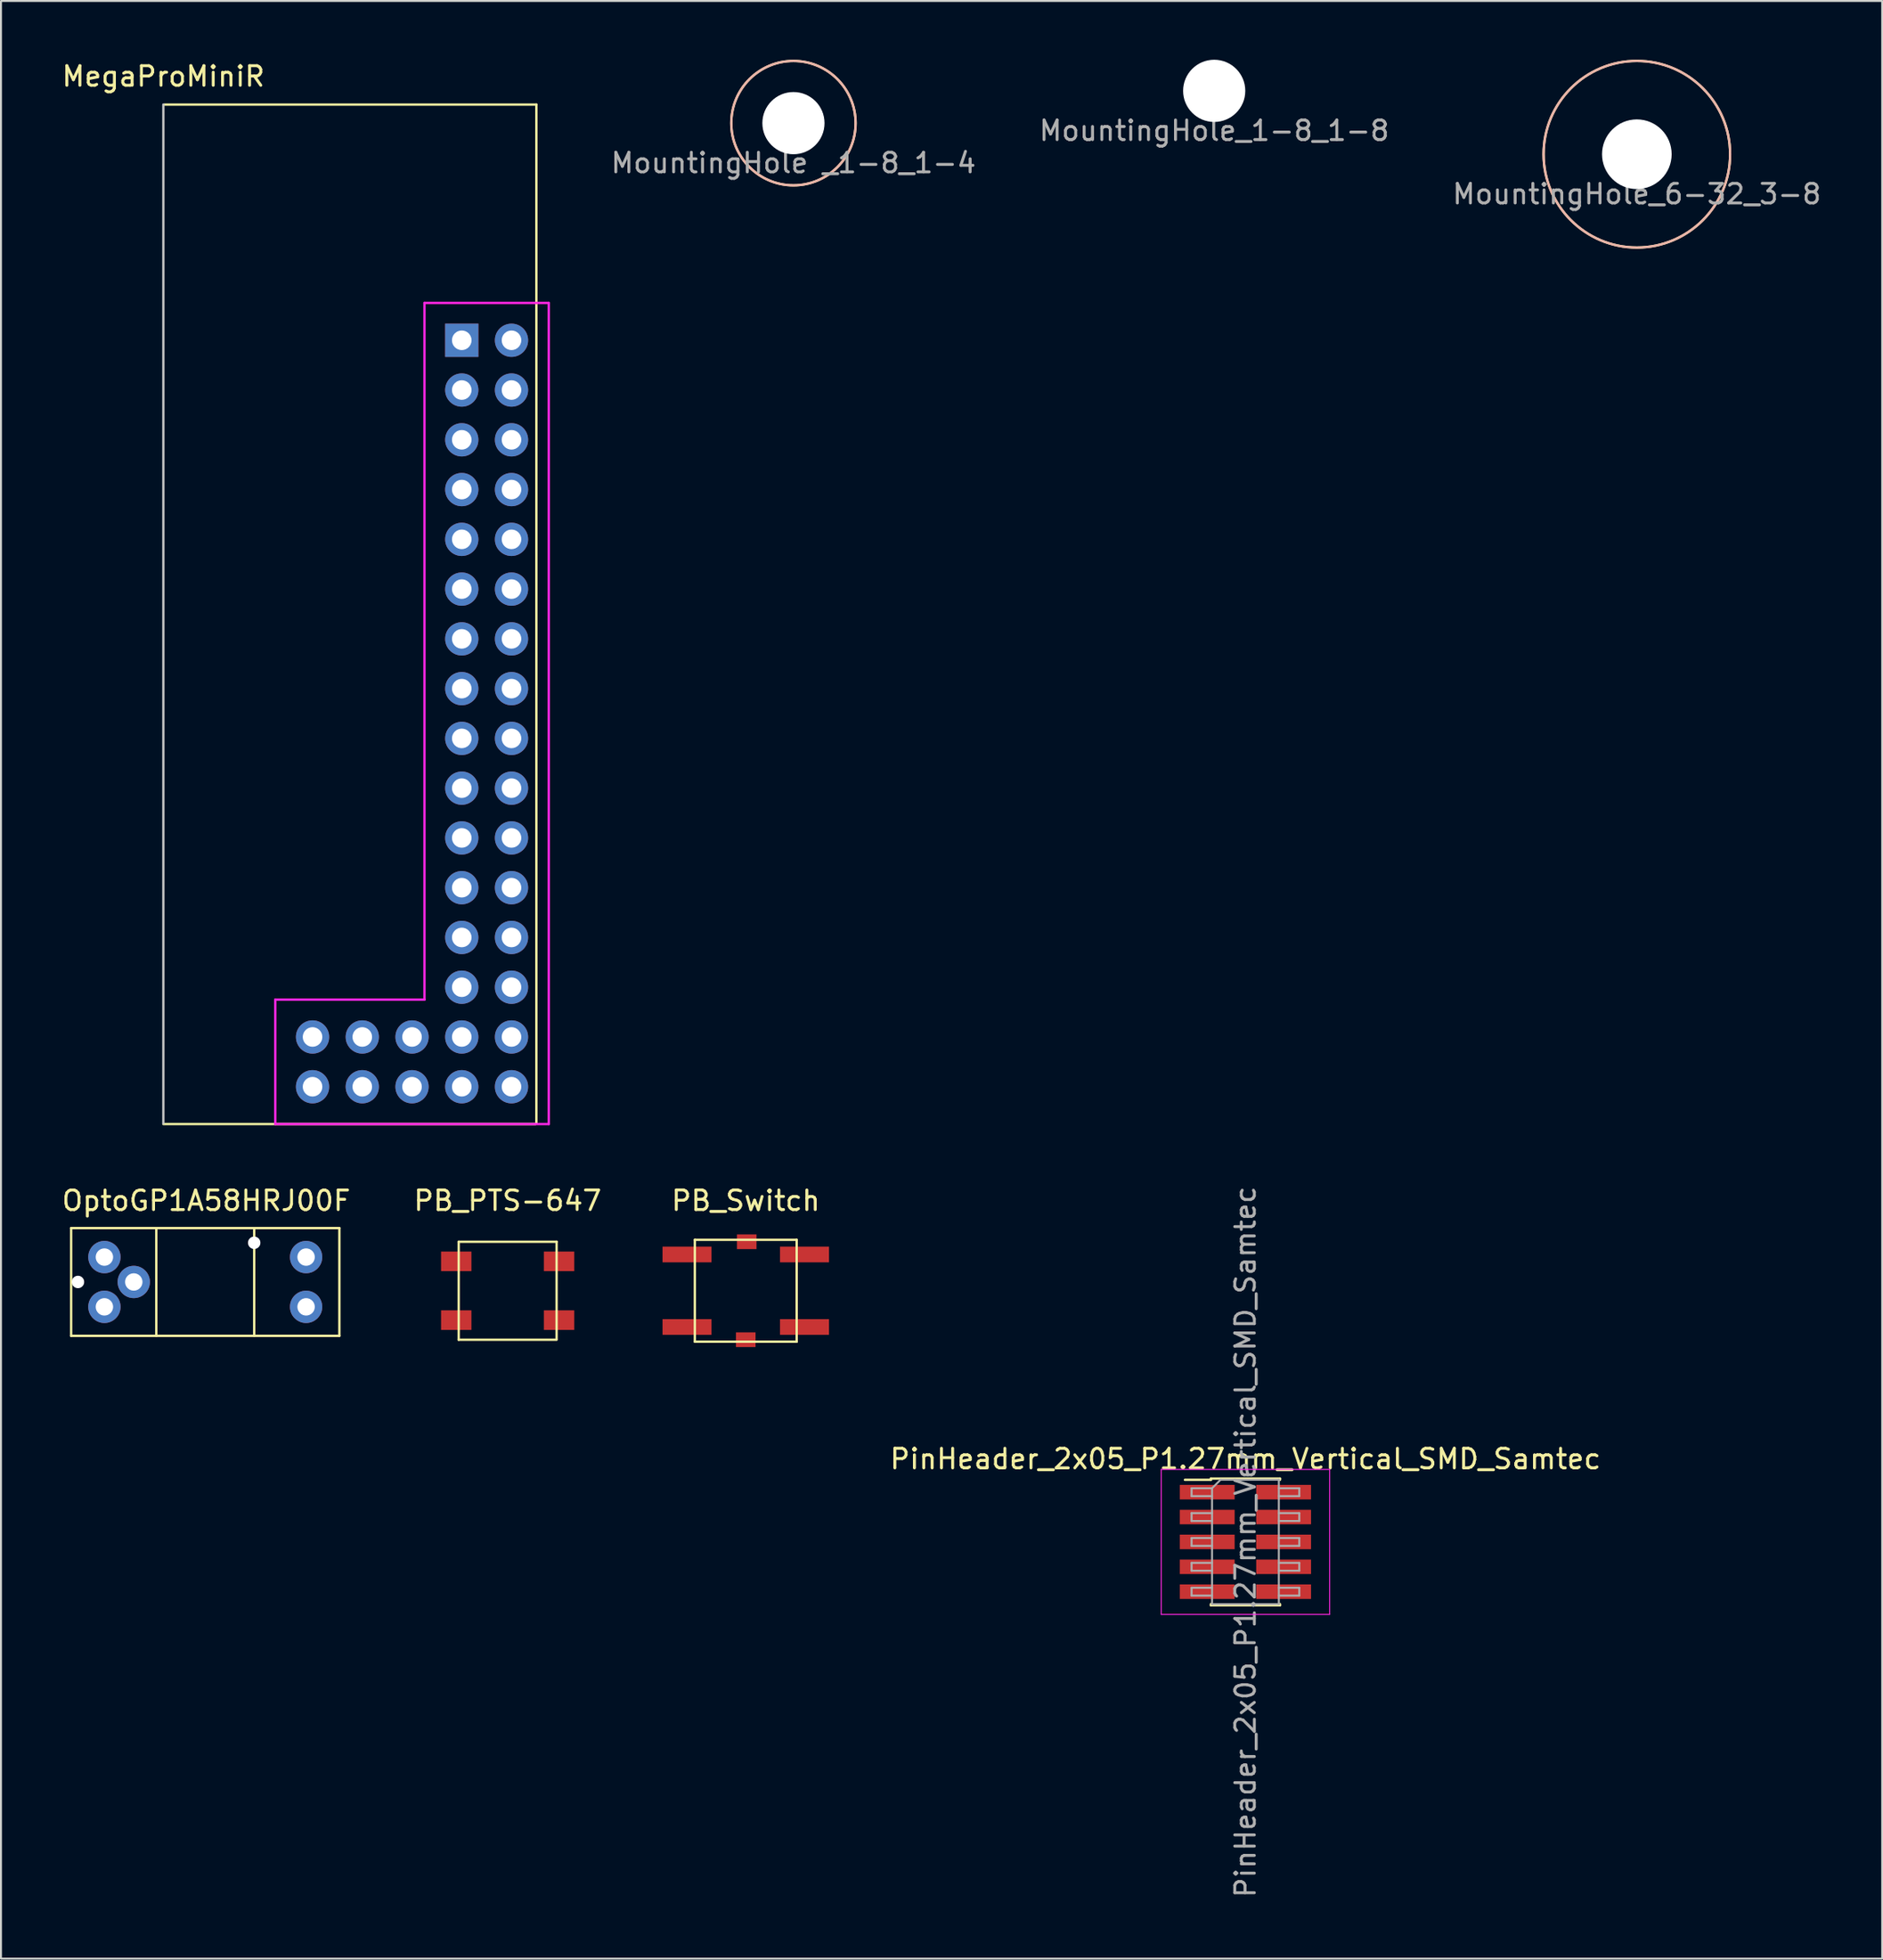
<source format=kicad_pcb>
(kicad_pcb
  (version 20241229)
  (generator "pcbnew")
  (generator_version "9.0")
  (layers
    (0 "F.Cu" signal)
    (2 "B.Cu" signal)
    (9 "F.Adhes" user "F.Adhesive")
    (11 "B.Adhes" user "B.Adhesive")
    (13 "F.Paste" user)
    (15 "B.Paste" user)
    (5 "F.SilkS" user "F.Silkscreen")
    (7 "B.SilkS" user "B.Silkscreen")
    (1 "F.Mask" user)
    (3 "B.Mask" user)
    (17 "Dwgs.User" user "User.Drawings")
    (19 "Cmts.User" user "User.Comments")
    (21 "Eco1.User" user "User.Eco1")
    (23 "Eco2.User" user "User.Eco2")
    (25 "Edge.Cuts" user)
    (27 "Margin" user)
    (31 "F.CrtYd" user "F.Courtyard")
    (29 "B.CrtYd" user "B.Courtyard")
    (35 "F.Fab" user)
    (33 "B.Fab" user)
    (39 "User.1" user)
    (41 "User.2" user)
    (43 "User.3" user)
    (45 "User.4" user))
  (footprint "MegaProMiniR"
    (layer "F.Cu")
    (at 5.292 28.288)
    (property "Reference" "MegaProMiniR" (at 0 -27.44 0) (layer "F.SilkS") (effects (font (size 1 1) (thickness 0.15))))
    (attr through_hole)
    (fp_line (start 0.05 -26) (end 19.05 -26) (stroke (width 0.12) (type solid)) (layer "F.SilkS"))
    (fp_line (start 19 26.035) (end 0 26.035) (stroke (width 0.12) (type solid)) (layer "F.SilkS"))
    (fp_line (start 19.05 26) (end 19.05 -26) (stroke (width 0.12) (type solid)) (layer "F.SilkS"))
    (fp_line (start 0 -26) (end 0 26) (stroke (width 0.12) (type solid)) (layer "Dwgs.User"))
    (fp_line (start 5.715 19.685) (end 13.335 19.685) (stroke (width 0.12) (type solid)) (layer "F.CrtYd"))
    (fp_line (start 5.715 26.035) (end 5.715 19.685) (stroke (width 0.12) (type solid)) (layer "F.CrtYd"))
    (fp_line (start 13.335 -15.875) (end 19.685 -15.875) (stroke (width 0.12) (type solid)) (layer "F.CrtYd"))
    (fp_line (start 13.335 19.685) (end 13.335 -15.875) (stroke (width 0.12) (type solid)) (layer "F.CrtYd"))
    (fp_line (start 19.685 -15.875) (end 19.685 26.035) (stroke (width 0.12) (type solid)) (layer "F.CrtYd"))
    (fp_line (start 19.685 26.035) (end 5.715 26.035) (stroke (width 0.12) (type solid)) (layer "F.CrtYd"))
    (pad "41" thru_hole rect (at 15.24 -13.97) (size 1.7 1.7) (drill 1) (layers "*.Cu" "*.Mask"))
    (pad "42" thru_hole oval (at 17.78 -13.97) (size 1.7 1.7) (drill 1) (layers "*.Cu" "*.Mask"))
    (pad "43" thru_hole oval (at 15.24 -11.43) (size 1.7 1.7) (drill 1) (layers "*.Cu" "*.Mask"))
    (pad "44" thru_hole oval (at 17.78 -11.43) (size 1.7 1.7) (drill 1) (layers "*.Cu" "*.Mask"))
    (pad "45" thru_hole oval (at 15.24 -8.89) (size 1.7 1.7) (drill 1) (layers "*.Cu" "*.Mask"))
    (pad "46" thru_hole oval (at 17.78 -8.89) (size 1.7 1.7) (drill 1) (layers "*.Cu" "*.Mask"))
    (pad "47" thru_hole oval (at 15.24 -6.35) (size 1.7 1.7) (drill 1) (layers "*.Cu" "*.Mask"))
    (pad "48" thru_hole oval (at 17.78 -6.35) (size 1.7 1.7) (drill 1) (layers "*.Cu" "*.Mask"))
    (pad "49" thru_hole oval (at 15.24 -3.81) (size 1.7 1.7) (drill 1) (layers "*.Cu" "*.Mask"))
    (pad "50" thru_hole oval (at 17.78 -3.81) (size 1.7 1.7) (drill 1) (layers "*.Cu" "*.Mask"))
    (pad "51" thru_hole oval (at 15.24 -1.27) (size 1.7 1.7) (drill 1) (layers "*.Cu" "*.Mask"))
    (pad "52" thru_hole oval (at 17.78 -1.27) (size 1.7 1.7) (drill 1) (layers "*.Cu" "*.Mask"))
    (pad "53" thru_hole oval (at 15.24 1.27) (size 1.7 1.7) (drill 1) (layers "*.Cu" "*.Mask"))
    (pad "54" thru_hole oval (at 17.78 1.27) (size 1.7 1.7) (drill 1) (layers "*.Cu" "*.Mask"))
    (pad "55" thru_hole oval (at 15.24 3.81) (size 1.7 1.7) (drill 1) (layers "*.Cu" "*.Mask"))
    (pad "56" thru_hole oval (at 17.78 3.81) (size 1.7 1.7) (drill 1) (layers "*.Cu" "*.Mask"))
    (pad "57" thru_hole oval (at 15.24 6.35) (size 1.7 1.7) (drill 1) (layers "*.Cu" "*.Mask"))
    (pad "58" thru_hole oval (at 17.78 6.35) (size 1.7 1.7) (drill 1) (layers "*.Cu" "*.Mask"))
    (pad "59" thru_hole oval (at 15.24 8.89) (size 1.7 1.7) (drill 1) (layers "*.Cu" "*.Mask"))
    (pad "60" thru_hole oval (at 17.78 8.89) (size 1.7 1.7) (drill 1) (layers "*.Cu" "*.Mask"))
    (pad "61" thru_hole oval (at 15.24 11.43) (size 1.7 1.7) (drill 1) (layers "*.Cu" "*.Mask"))
    (pad "62" thru_hole oval (at 17.78 11.43) (size 1.7 1.7) (drill 1) (layers "*.Cu" "*.Mask"))
    (pad "63" thru_hole oval (at 15.24 13.97) (size 1.7 1.7) (drill 1) (layers "*.Cu" "*.Mask"))
    (pad "64" thru_hole oval (at 17.78 13.97) (size 1.7 1.7) (drill 1) (layers "*.Cu" "*.Mask"))
    (pad "65" thru_hole oval (at 15.24 16.51) (size 1.7 1.7) (drill 1) (layers "*.Cu" "*.Mask"))
    (pad "66" thru_hole oval (at 17.78 16.51) (size 1.7 1.7) (drill 1) (layers "*.Cu" "*.Mask"))
    (pad "67" thru_hole oval (at 15.24 19.05) (size 1.7 1.7) (drill 1) (layers "*.Cu" "*.Mask"))
    (pad "68" thru_hole oval (at 17.78 19.05) (size 1.7 1.7) (drill 1) (layers "*.Cu" "*.Mask"))
    (pad "69" thru_hole oval (at 15.24 21.59) (size 1.7 1.7) (drill 1) (layers "*.Cu" "*.Mask"))
    (pad "70" thru_hole oval (at 17.78 21.59) (size 1.7 1.7) (drill 1) (layers "*.Cu" "*.Mask"))
    (pad "71" thru_hole oval (at 15.24 24.13) (size 1.7 1.7) (drill 1) (layers "*.Cu" "*.Mask"))
    (pad "72" thru_hole oval (at 17.78 24.13) (size 1.7 1.7) (drill 1) (layers "*.Cu" "*.Mask"))
    (pad "73" thru_hole oval (at 12.7 21.59) (size 1.7 1.7) (drill 1) (layers "*.Cu" "*.Mask"))
    (pad "74" thru_hole oval (at 12.7 24.13) (size 1.7 1.7) (drill 1) (layers "*.Cu" "*.Mask"))
    (pad "75" thru_hole oval (at 10.16 21.59) (size 1.7 1.7) (drill 1) (layers "*.Cu" "*.Mask"))
    (pad "76" thru_hole oval (at 10.16 24.13) (size 1.7 1.7) (drill 1) (layers "*.Cu" "*.Mask"))
    (pad "77" thru_hole oval (at 7.62 21.59) (size 1.7 1.7) (drill 1) (layers "*.Cu" "*.Mask"))
    (pad "78" thru_hole oval (at 7.62 24.13) (size 1.7 1.7) (drill 1) (layers "*.Cu" "*.Mask")))
  (footprint "PB_Switch"
    (layer "F.Cu")
    (at 35.036 62.831)
    (property "Reference" "PB_Switch" (at 0 -4.6 0) (layer "F.SilkS") (effects (font (size 1 1) (thickness 0.15))))
    (attr through_hole)
    (fp_line (start -2.6 -2.6) (end 2.6 -2.6) (stroke (width 0.12) (type solid)) (layer "F.SilkS"))
    (fp_line (start -2.6 2.6) (end -2.6 -2.6) (stroke (width 0.12) (type solid)) (layer "F.SilkS"))
    (fp_line (start 2.6 -2.6) (end 2.6 2.6) (stroke (width 0.12) (type solid)) (layer "F.SilkS"))
    (fp_line (start 2.6 2.6) (end -2.6 2.6) (stroke (width 0.12) (type solid)) (layer "F.SilkS"))
    (pad "1" smd rect (at -3 -1.85) (size 2.5 0.8) (layers "F.Cu" "F.Mask" "F.Paste"))
    (pad "1" smd rect (at 3 -1.85) (size 2.5 0.8) (layers "F.Cu" "F.Mask" "F.Paste"))
    (pad "2" smd rect (at -3 1.85) (size 2.5 0.8) (layers "F.Cu" "F.Mask" "F.Paste"))
    (pad "2" smd rect (at 3 1.85) (size 2.5 0.8) (layers "F.Cu" "F.Mask" "F.Paste"))
    (pad "3" smd rect (at 0 2.5) (size 1 0.75) (layers "F.Cu" "F.Mask" "F.Paste"))
    (pad "3" smd rect (at 0.05 -2.5) (size 1 0.75) (layers "F.Cu" "F.Mask" "F.Paste")))
  (footprint "MountingHole _1-8_1-4"
    (layer "F.Cu")
    (at 37.471 3.235)
    (property "Reference" "MountingHole _1-8_1-4" (at 0 2.032 0) (layer "F.Fab") (effects (font (size 1 1) (thickness 0.15))))
    (attr through_hole)
    (fp_circle (center 0 0) (end 3.175 0) (stroke (width 0.12) (type solid)) (fill no) (layer "F.SilkS"))
    (fp_circle (center 0 0) (end 3.175 0) (stroke (width 0.12) (type solid)) (fill no) (layer "B.SilkS"))
    (pad "" np_thru_hole circle (at 0 0) (size 3.175 3.175) (drill 3.175) (layers "*.Cu" "*.Mask")))
  (footprint "MountingHole_6-32_3-8"
    (layer "F.Cu")
    (at 80.543 4.822)
    (property "Reference" "MountingHole_6-32_3-8" (at 0 2.032 0) (layer "F.Fab") (effects (font (size 1 1) (thickness 0.15))))
    (attr through_hole)
    (fp_circle (center 0 0) (end 4.763 0) (stroke (width 0.12) (type solid)) (fill no) (layer "F.SilkS"))
    (fp_circle (center 0 0) (end 4.763 0) (stroke (width 0.12) (type solid)) (fill no) (layer "B.SilkS"))
    (pad "" np_thru_hole circle (at 0 0) (size 3.556 3.556) (drill 3.556) (layers "*.Cu" "*.Mask")))
  (footprint "PB_PTS-647"
    (layer "F.Cu")
    (at 22.875 62.831)
    (property "Reference" "PB_PTS-647" (at 0 -4.6 0) (layer "F.SilkS") (effects (font (size 1 1) (thickness 0.15))))
    (attr through_hole)
    (fp_line (start -2.5 -2.5) (end 2.5 -2.5) (stroke (width 0.12) (type solid)) (layer "F.SilkS"))
    (fp_line (start -2.5 2.5) (end -2.5 -2.5) (stroke (width 0.12) (type solid)) (layer "F.SilkS"))
    (fp_line (start 2.5 -2.5) (end 2.5 2.45) (stroke (width 0.12) (type solid)) (layer "F.SilkS"))
    (fp_line (start 2.5 2.5) (end -2.5 2.5) (stroke (width 0.12) (type solid)) (layer "F.SilkS"))
    (pad "1" smd rect (at -2.625 -1.5) (size 1.55 1) (layers "F.Cu" "F.Mask" "F.Paste"))
    (pad "1" smd rect (at 2.625 -1.5) (size 1.55 1) (layers "F.Cu" "F.Mask" "F.Paste"))
    (pad "2" smd rect (at -2.625 1.5) (size 1.55 1) (layers "F.Cu" "F.Mask" "F.Paste"))
    (pad "2" smd rect (at 2.625 1.5) (size 1.55 1) (layers "F.Cu" "F.Mask" "F.Paste")))
  (footprint "OptoGP1A58HRJ00F"
    (layer "F.Cu")
    (at 7.432 62.382)
    (property "Reference" "OptoGP1A58HRJ00F" (at 0.05 -4.15 0) (layer "F.SilkS") (effects (font (size 1 1) (thickness 0.15))))
    (attr through_hole)
    (fp_line (start -6.85 -2.75) (end 6.85 -2.75) (stroke (width 0.12) (type solid)) (layer "F.SilkS"))
    (fp_line (start -6.85 2.75) (end -6.85 -2.75) (stroke (width 0.12) (type solid)) (layer "F.SilkS"))
    (fp_line (start -2.5 -2.75) (end -2.5 2.75) (stroke (width 0.12) (type solid)) (layer "F.SilkS"))
    (fp_line (start 2.5 -2.75) (end 2.5 2.75) (stroke (width 0.12) (type solid)) (layer "F.SilkS"))
    (fp_line (start 6.85 -2.75) (end 6.85 2.75) (stroke (width 0.12) (type solid)) (layer "F.SilkS"))
    (fp_line (start 6.85 2.75) (end -6.85 2.75) (stroke (width 0.12) (type solid)) (layer "F.SilkS"))
    (pad "" np_thru_hole circle (at -6.5 0) (size 0.635 0.635) (drill 0.635) (layers "*.Cu" "*.Mask"))
    (pad "" np_thru_hole circle (at 2.5 -2) (size 0.635 0.635) (drill 0.635) (layers "*.Cu" "*.Mask"))
    (pad "1" thru_hole circle (at 5.15 1.27) (size 1.651 1.651) (drill 0.889) (layers "*.Cu" "*.Mask"))
    (pad "2" thru_hole circle (at 5.15 -1.27) (size 1.651 1.651) (drill 0.889) (layers "*.Cu" "*.Mask"))
    (pad "3" thru_hole circle (at -5.15 -1.27) (size 1.651 1.651) (drill 0.889) (layers "*.Cu" "*.Mask"))
    (pad "4" thru_hole circle (at -3.65 0) (size 1.651 1.651) (drill 0.889) (layers "*.Cu" "*.Mask"))
    (pad "5" thru_hole circle (at -5.15 1.27) (size 1.651 1.651) (drill 0.889) (layers "*.Cu" "*.Mask")))
  (footprint "MountingHole_1-8_1-8"
    (layer "F.Cu")
    (at 58.959 1.587)
    (property "Reference" "MountingHole_1-8_1-8" (at 0 2.032 0) (layer "F.Fab") (effects (font (size 1 1) (thickness 0.15))))
    (attr through_hole)
    (pad "" np_thru_hole circle (at 0 0) (size 3.175 3.175) (drill 3.175) (layers "*.Cu" "*.Mask")))
  (footprint "PinHeader_2x05_P1.27mm_Vertical_SMD_Samtec"
    (layer "F.Cu")
    (at 60.554 75.651)
    (property "Reference" "PinHeader_2x05_P1.27mm_Vertical_SMD_Samtec" (at 0 -4.235 0) (layer "F.SilkS") (effects (font (size 1 1) (thickness 0.15))))
    (attr smd)
    (fp_line (start -3.09 -3.17) (end -1.765 -3.17) (stroke (width 0.12) (type solid)) (layer "F.SilkS"))
    (fp_line (start -1.765 -3.235) (end -1.765 -3.17) (stroke (width 0.12) (type solid)) (layer "F.SilkS"))
    (fp_line (start -1.765 -3.235) (end 1.765 -3.235) (stroke (width 0.12) (type solid)) (layer "F.SilkS"))
    (fp_line (start -1.765 3.17) (end -1.765 3.235) (stroke (width 0.12) (type solid)) (layer "F.SilkS"))
    (fp_line (start -1.765 3.235) (end 1.765 3.235) (stroke (width 0.12) (type solid)) (layer "F.SilkS"))
    (fp_line (start 1.765 -3.235) (end 1.765 -3.17) (stroke (width 0.12) (type solid)) (layer "F.SilkS"))
    (fp_line (start 1.765 3.17) (end 1.765 3.235) (stroke (width 0.12) (type solid)) (layer "F.SilkS"))
    (fp_line (start -4.3 -3.7) (end -4.3 3.7) (stroke (width 0.05) (type solid)) (layer "F.CrtYd"))
    (fp_line (start -4.3 3.7) (end 4.3 3.7) (stroke (width 0.05) (type solid)) (layer "F.CrtYd"))
    (fp_line (start 4.3 -3.7) (end -4.3 -3.7) (stroke (width 0.05) (type solid)) (layer "F.CrtYd"))
    (fp_line (start 4.3 3.7) (end 4.3 -3.7) (stroke (width 0.05) (type solid)) (layer "F.CrtYd"))
    (fp_line (start -2.75 -2.74) (end -2.75 -2.34) (stroke (width 0.1) (type solid)) (layer "F.Fab"))
    (fp_line (start -2.75 -2.34) (end -1.705 -2.34) (stroke (width 0.1) (type solid)) (layer "F.Fab"))
    (fp_line (start -2.75 -1.47) (end -2.75 -1.07) (stroke (width 0.1) (type solid)) (layer "F.Fab"))
    (fp_line (start -2.75 -1.07) (end -1.705 -1.07) (stroke (width 0.1) (type solid)) (layer "F.Fab"))
    (fp_line (start -2.75 -0.2) (end -2.75 0.2) (stroke (width 0.1) (type solid)) (layer "F.Fab"))
    (fp_line (start -2.75 0.2) (end -1.705 0.2) (stroke (width 0.1) (type solid)) (layer "F.Fab"))
    (fp_line (start -2.75 1.07) (end -2.75 1.47) (stroke (width 0.1) (type solid)) (layer "F.Fab"))
    (fp_line (start -2.75 1.47) (end -1.705 1.47) (stroke (width 0.1) (type solid)) (layer "F.Fab"))
    (fp_line (start -2.75 2.34) (end -2.75 2.74) (stroke (width 0.1) (type solid)) (layer "F.Fab"))
    (fp_line (start -2.75 2.74) (end -1.705 2.74) (stroke (width 0.1) (type solid)) (layer "F.Fab"))
    (fp_line (start -1.705 -2.74) (end -2.75 -2.74) (stroke (width 0.1) (type solid)) (layer "F.Fab"))
    (fp_line (start -1.705 -2.74) (end -1.27 -3.175) (stroke (width 0.1) (type solid)) (layer "F.Fab"))
    (fp_line (start -1.705 -1.47) (end -2.75 -1.47) (stroke (width 0.1) (type solid)) (layer "F.Fab"))
    (fp_line (start -1.705 -0.2) (end -2.75 -0.2) (stroke (width 0.1) (type solid)) (layer "F.Fab"))
    (fp_line (start -1.705 1.07) (end -2.75 1.07) (stroke (width 0.1) (type solid)) (layer "F.Fab"))
    (fp_line (start -1.705 2.34) (end -2.75 2.34) (stroke (width 0.1) (type solid)) (layer "F.Fab"))
    (fp_line (start -1.705 3.175) (end -1.705 -2.74) (stroke (width 0.1) (type solid)) (layer "F.Fab"))
    (fp_line (start -1.27 -3.175) (end 1.705 -3.175) (stroke (width 0.1) (type solid)) (layer "F.Fab"))
    (fp_line (start 1.705 -3.175) (end 1.705 3.175) (stroke (width 0.1) (type solid)) (layer "F.Fab"))
    (fp_line (start 1.705 -2.74) (end 2.75 -2.74) (stroke (width 0.1) (type solid)) (layer "F.Fab"))
    (fp_line (start 1.705 -1.47) (end 2.75 -1.47) (stroke (width 0.1) (type solid)) (layer "F.Fab"))
    (fp_line (start 1.705 -0.2) (end 2.75 -0.2) (stroke (width 0.1) (type solid)) (layer "F.Fab"))
    (fp_line (start 1.705 1.07) (end 2.75 1.07) (stroke (width 0.1) (type solid)) (layer "F.Fab"))
    (fp_line (start 1.705 2.34) (end 2.75 2.34) (stroke (width 0.1) (type solid)) (layer "F.Fab"))
    (fp_line (start 1.705 3.175) (end -1.705 3.175) (stroke (width 0.1) (type solid)) (layer "F.Fab"))
    (fp_line (start 2.75 -2.74) (end 2.75 -2.34) (stroke (width 0.1) (type solid)) (layer "F.Fab"))
    (fp_line (start 2.75 -2.34) (end 1.705 -2.34) (stroke (width 0.1) (type solid)) (layer "F.Fab"))
    (fp_line (start 2.75 -1.47) (end 2.75 -1.07) (stroke (width 0.1) (type solid)) (layer "F.Fab"))
    (fp_line (start 2.75 -1.07) (end 1.705 -1.07) (stroke (width 0.1) (type solid)) (layer "F.Fab"))
    (fp_line (start 2.75 -0.2) (end 2.75 0.2) (stroke (width 0.1) (type solid)) (layer "F.Fab"))
    (fp_line (start 2.75 0.2) (end 1.705 0.2) (stroke (width 0.1) (type solid)) (layer "F.Fab"))
    (fp_line (start 2.75 1.07) (end 2.75 1.47) (stroke (width 0.1) (type solid)) (layer "F.Fab"))
    (fp_line (start 2.75 1.47) (end 1.705 1.47) (stroke (width 0.1) (type solid)) (layer "F.Fab"))
    (fp_line (start 2.75 2.34) (end 2.75 2.74) (stroke (width 0.1) (type solid)) (layer "F.Fab"))
    (fp_line (start 2.75 2.74) (end 1.705 2.74) (stroke (width 0.1) (type solid)) (layer "F.Fab"))
    (fp_text user "${REFERENCE}" (at 0 0 90) (layer "F.Fab") (effects (font (size 1 1) (thickness 0.15))))
    (pad "1" smd rect (at -1.95 -2.54) (size 2.8 0.74) (layers "F.Cu" "F.Mask" "F.Paste"))
    (pad "2" smd rect (at 1.95 -2.54) (size 2.8 0.74) (layers "F.Cu" "F.Mask" "F.Paste"))
    (pad "3" smd rect (at -1.95 -1.27) (size 2.8 0.74) (layers "F.Cu" "F.Mask" "F.Paste"))
    (pad "4" smd rect (at 1.95 -1.27) (size 2.8 0.74) (layers "F.Cu" "F.Mask" "F.Paste"))
    (pad "5" smd rect (at -1.95 0) (size 2.8 0.74) (layers "F.Cu" "F.Mask" "F.Paste"))
    (pad "6" smd rect (at 1.95 0) (size 2.8 0.74) (layers "F.Cu" "F.Mask" "F.Paste"))
    (pad "7" smd rect (at -1.95 1.27) (size 2.8 0.74) (layers "F.Cu" "F.Mask" "F.Paste"))
    (pad "8" smd rect (at 1.95 1.27) (size 2.8 0.74) (layers "F.Cu" "F.Mask" "F.Paste"))
    (pad "9" smd rect (at -1.95 2.54) (size 2.8 0.74) (layers "F.Cu" "F.Mask" "F.Paste"))
    (pad "10" smd rect (at 1.95 2.54) (size 2.8 0.74) (layers "F.Cu" "F.Mask" "F.Paste")))
  (gr_rect
    (start -3 -3)
    (end 93.072 96.919)
    (stroke (width 0.1) (type default))
    (fill no)
    (layer "Edge.Cuts")))
</source>
